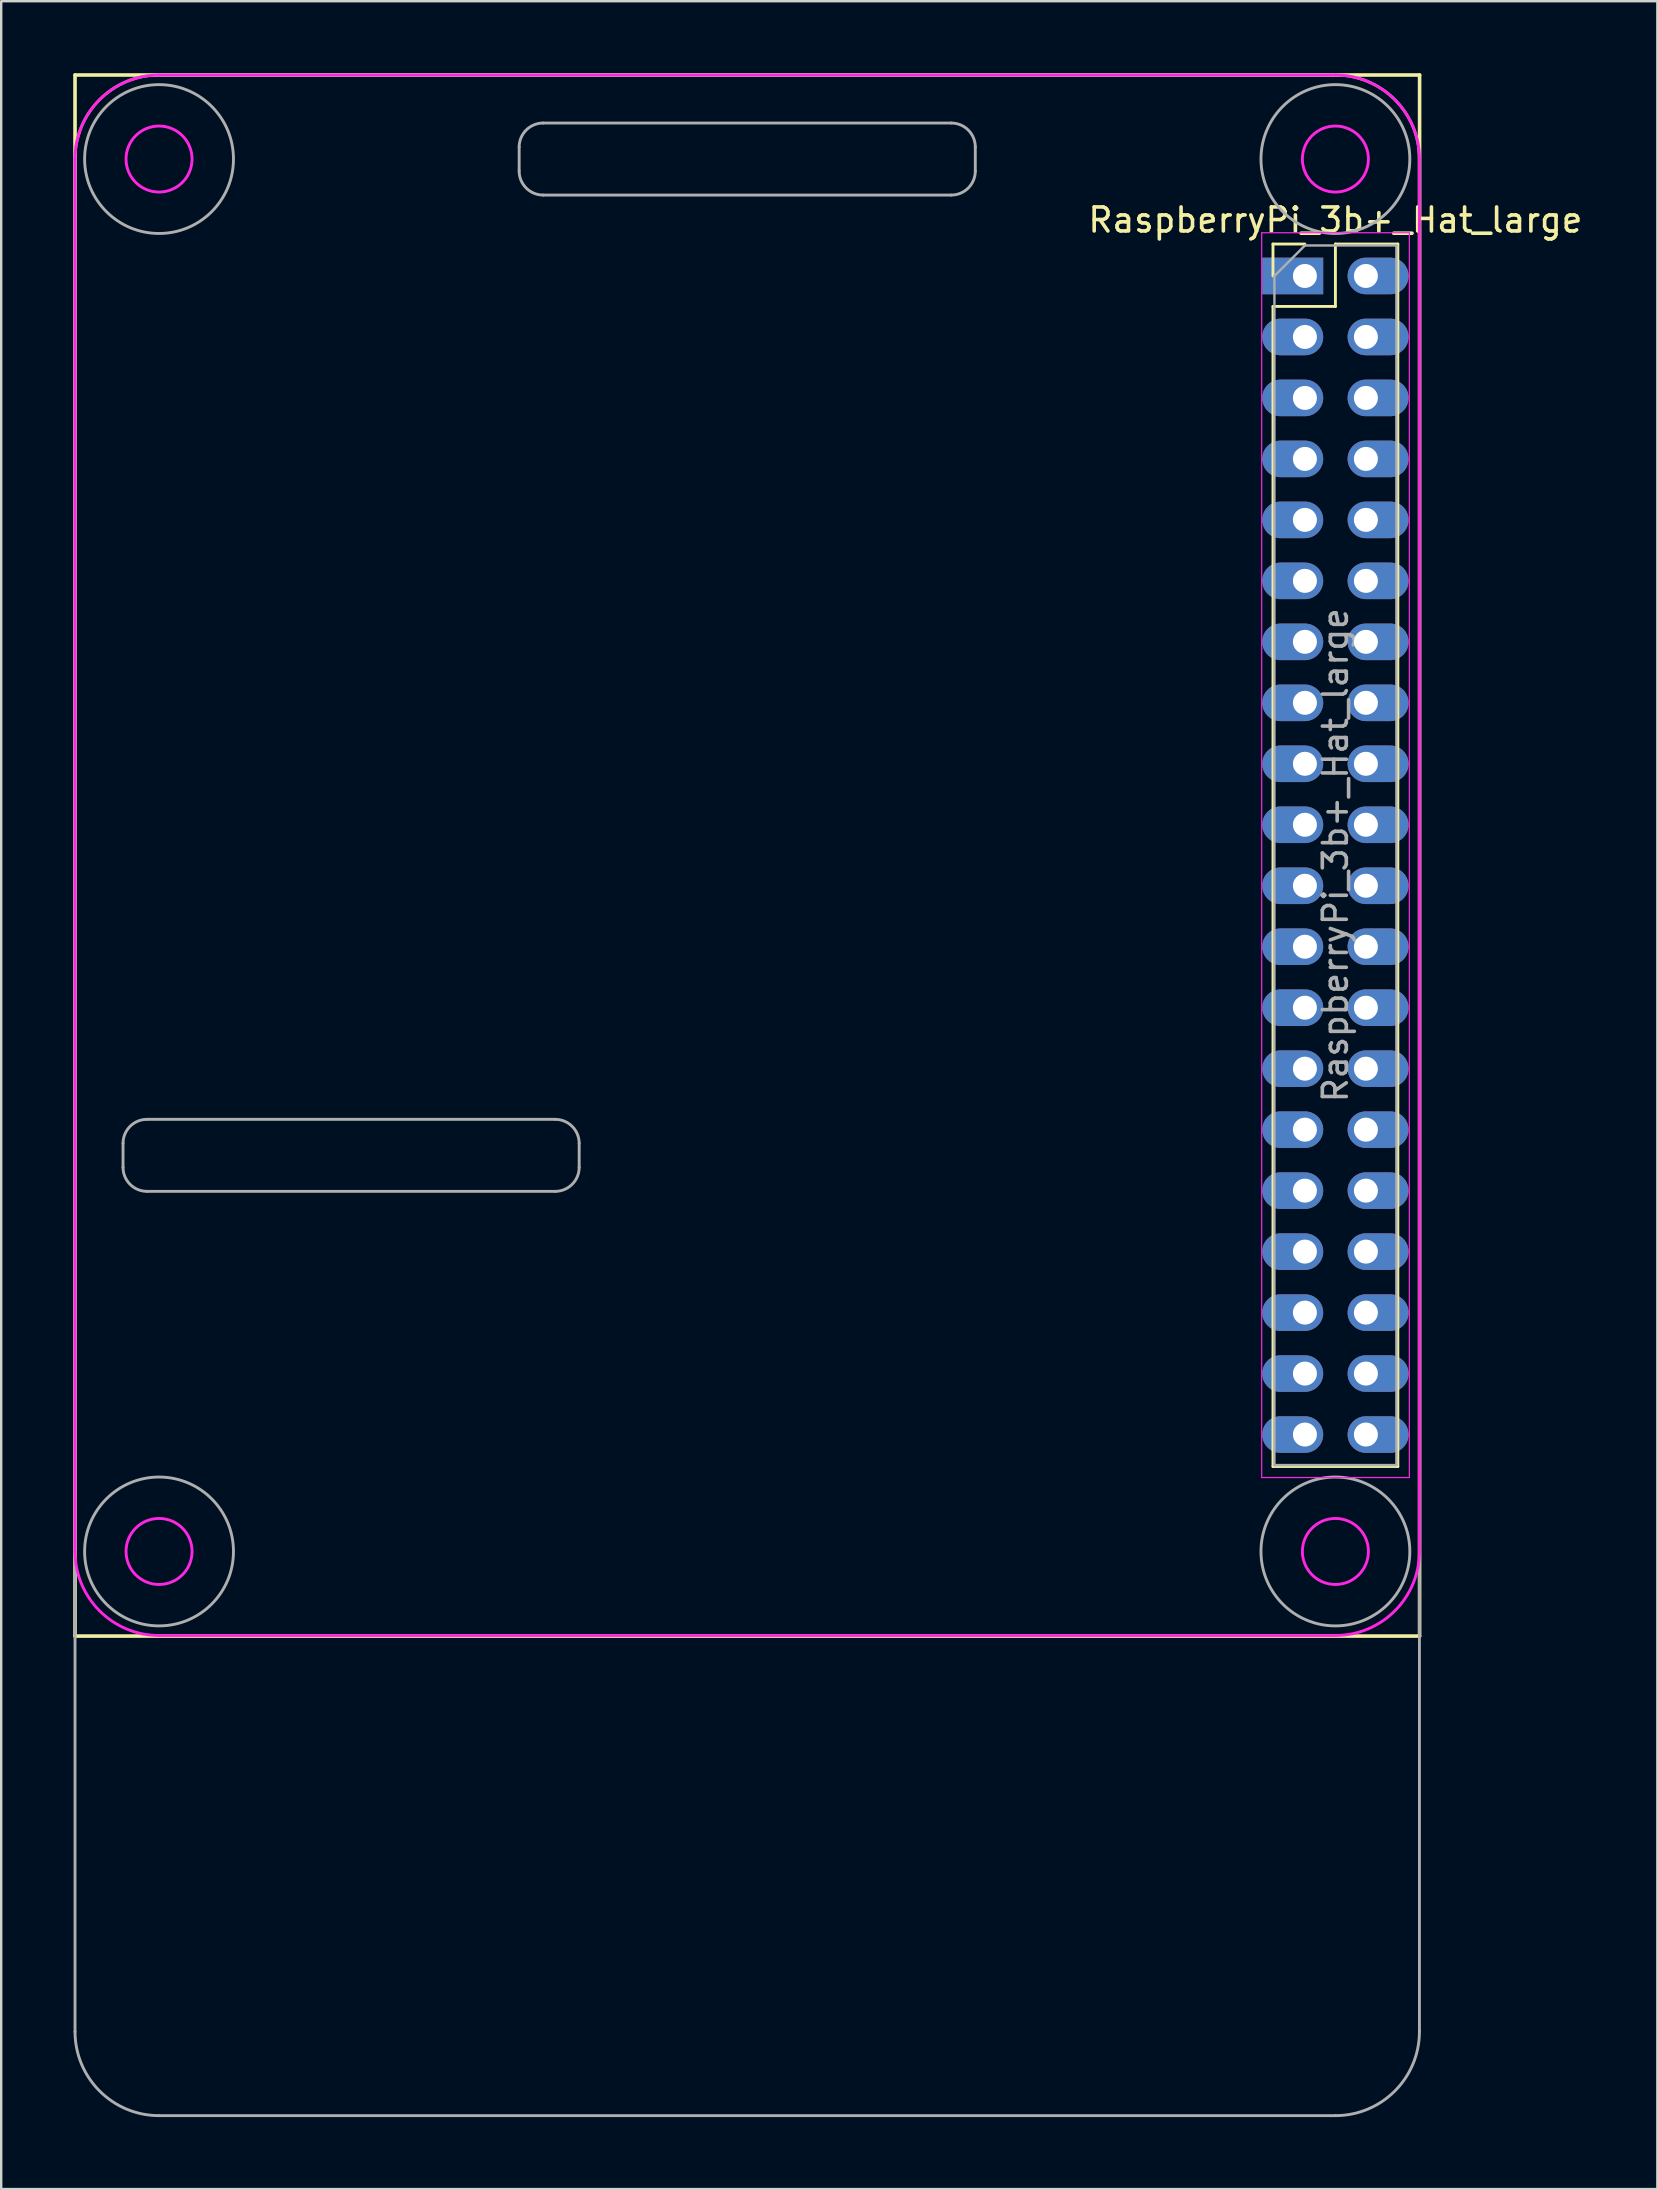
<source format=kicad_pcb>
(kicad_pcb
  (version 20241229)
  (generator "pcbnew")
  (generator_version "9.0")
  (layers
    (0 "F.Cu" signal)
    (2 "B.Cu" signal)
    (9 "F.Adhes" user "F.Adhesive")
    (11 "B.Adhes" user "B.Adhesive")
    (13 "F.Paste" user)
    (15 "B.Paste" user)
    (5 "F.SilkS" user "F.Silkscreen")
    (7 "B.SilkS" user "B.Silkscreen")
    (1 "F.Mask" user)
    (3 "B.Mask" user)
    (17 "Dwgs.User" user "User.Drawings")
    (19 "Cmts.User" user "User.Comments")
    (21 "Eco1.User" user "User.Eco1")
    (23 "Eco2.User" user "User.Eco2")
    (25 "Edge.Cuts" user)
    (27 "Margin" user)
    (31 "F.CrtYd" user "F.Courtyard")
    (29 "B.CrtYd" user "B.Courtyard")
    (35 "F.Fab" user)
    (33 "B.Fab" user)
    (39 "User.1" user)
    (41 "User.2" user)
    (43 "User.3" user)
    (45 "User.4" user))
  (footprint "RaspberryPi_3b+_Hat_large"
    (layer "F.Cu")
    (at 51.383 8.457)
    (property "Reference" "RaspberryPi_3b+_Hat_large" (at 1.192 -2.342 0) (layer "F.SilkS") (effects (font (size 1 1) (thickness 0.15))))
    (attr through_hole)
    (fp_line (start -51.308 -8.382) (end 4.699 -8.382) (stroke (width 0.15) (type solid)) (layer "F.SilkS"))
    (fp_line (start -51.308 56.642) (end -51.308 -8.382) (stroke (width 0.15) (type solid)) (layer "F.SilkS"))
    (fp_line (start -1.408 -1.342) (end -0.078 -1.342) (stroke (width 0.12) (type solid)) (layer "F.SilkS"))
    (fp_line (start -1.408 -0.012) (end -1.408 -1.342) (stroke (width 0.12) (type solid)) (layer "F.SilkS"))
    (fp_line (start -1.408 1.258) (end -1.408 49.578) (stroke (width 0.12) (type solid)) (layer "F.SilkS"))
    (fp_line (start -1.408 1.258) (end 1.192 1.258) (stroke (width 0.12) (type solid)) (layer "F.SilkS"))
    (fp_line (start -1.408 49.578) (end 3.792 49.578) (stroke (width 0.12) (type solid)) (layer "F.SilkS"))
    (fp_line (start 1.192 -1.342) (end 3.792 -1.342) (stroke (width 0.12) (type solid)) (layer "F.SilkS"))
    (fp_line (start 1.192 1.258) (end 1.192 -1.342) (stroke (width 0.12) (type solid)) (layer "F.SilkS"))
    (fp_line (start 3.792 -1.342) (end 3.792 49.578) (stroke (width 0.12) (type solid)) (layer "F.SilkS"))
    (fp_line (start 4.699 -8.382) (end 4.699 56.642) (stroke (width 0.15) (type solid)) (layer "F.SilkS"))
    (fp_line (start 4.699 56.642) (end -51.308 56.642) (stroke (width 0.15) (type solid)) (layer "F.SilkS"))
    (fp_line (start -51.308 -4.882) (end -51.308 53.118) (stroke (width 0.12) (type solid)) (layer "F.CrtYd"))
    (fp_line (start -47.808 56.618) (end 1.192 56.618) (stroke (width 0.12) (type solid)) (layer "F.CrtYd"))
    (fp_line (start -1.878 -1.812) (end -1.878 50.038) (stroke (width 0.05) (type solid)) (layer "F.CrtYd"))
    (fp_line (start -1.878 50.038) (end 4.272 50.038) (stroke (width 0.05) (type solid)) (layer "F.CrtYd"))
    (fp_line (start 1.192 -8.382) (end -47.808 -8.382) (stroke (width 0.12) (type solid)) (layer "F.CrtYd"))
    (fp_line (start 4.272 -1.812) (end -1.878 -1.812) (stroke (width 0.05) (type solid)) (layer "F.CrtYd"))
    (fp_line (start 4.272 50.038) (end 4.272 -1.812) (stroke (width 0.05) (type solid)) (layer "F.CrtYd"))
    (fp_line (start 4.692 53.118) (end 4.692 -4.882) (stroke (width 0.12) (type solid)) (layer "F.CrtYd"))
    (fp_arc (start -51.308 -4.882) (mid -50.282874 -7.356874) (end -47.808 -8.382) (stroke (width 0.12) (type solid)) (layer "F.CrtYd"))
    (fp_arc (start -47.808 56.618) (mid -50.282874 55.592874) (end -51.308 53.118) (stroke (width 0.12) (type solid)) (layer "F.CrtYd"))
    (fp_arc (start 1.192 -8.382) (mid 3.666874 -7.356874) (end 4.692 -4.882) (stroke (width 0.12) (type solid)) (layer "F.CrtYd"))
    (fp_arc (start 4.692 53.118) (mid 3.666874 55.592874) (end 1.192 56.618) (stroke (width 0.12) (type solid)) (layer "F.CrtYd"))
    (fp_circle (center -47.808 -4.882) (end -46.433 -4.907) (stroke (width 0.12) (type solid)) (fill no) (layer "F.CrtYd"))
    (fp_circle (center -47.808 53.118) (end -46.433 53.093) (stroke (width 0.12) (type solid)) (fill no) (layer "F.CrtYd"))
    (fp_circle (center 1.192 -4.882) (end 2.567 -4.907) (stroke (width 0.12) (type solid)) (fill no) (layer "F.CrtYd"))
    (fp_circle (center 1.192 53.118) (end 2.567 53.093) (stroke (width 0.12) (type solid)) (fill no) (layer "F.CrtYd"))
    (fp_line (start -51.308 73.118) (end -51.308 -4.882) (stroke (width 0.12) (type solid)) (layer "F.Fab"))
    (fp_line (start -49.308 36.118) (end -49.308 37.118) (stroke (width 0.12) (type solid)) (layer "F.Fab"))
    (fp_line (start -48.308 38.118) (end -31.308 38.118) (stroke (width 0.12) (type solid)) (layer "F.Fab"))
    (fp_line (start -32.808 -5.382) (end -32.808 -4.382) (stroke (width 0.12) (type solid)) (layer "F.Fab"))
    (fp_line (start -31.808 -3.382) (end -14.808 -3.382) (stroke (width 0.12) (type solid)) (layer "F.Fab"))
    (fp_line (start -31.308 35.118) (end -48.308 35.118) (stroke (width 0.12) (type solid)) (layer "F.Fab"))
    (fp_line (start -30.308 37.118) (end -30.308 36.118) (stroke (width 0.12) (type solid)) (layer "F.Fab"))
    (fp_line (start -14.808 -6.382) (end -31.808 -6.382) (stroke (width 0.12) (type solid)) (layer "F.Fab"))
    (fp_line (start -13.808 -4.382) (end -13.808 -5.382) (stroke (width 0.12) (type solid)) (layer "F.Fab"))
    (fp_line (start -1.348 -0.012) (end -0.078 -1.282) (stroke (width 0.1) (type solid)) (layer "F.Fab"))
    (fp_line (start -1.348 49.518) (end -1.348 -0.012) (stroke (width 0.1) (type solid)) (layer "F.Fab"))
    (fp_line (start -0.078 -1.282) (end 3.732 -1.282) (stroke (width 0.1) (type solid)) (layer "F.Fab"))
    (fp_line (start 1.192 -8.382) (end -47.808 -8.382) (stroke (width 0.12) (type solid)) (layer "F.Fab"))
    (fp_line (start 1.192 76.618) (end -47.808 76.618) (stroke (width 0.12) (type solid)) (layer "F.Fab"))
    (fp_line (start 3.732 -1.282) (end 3.732 49.518) (stroke (width 0.1) (type solid)) (layer "F.Fab"))
    (fp_line (start 3.732 49.518) (end -1.348 49.518) (stroke (width 0.1) (type solid)) (layer "F.Fab"))
    (fp_line (start 4.692 -4.882) (end 4.692 73.118) (stroke (width 0.12) (type solid)) (layer "F.Fab"))
    (fp_arc (start -51.308 -4.882) (mid -50.282874 -7.356874) (end -47.808 -8.382) (stroke (width 0.12) (type solid)) (layer "F.Fab"))
    (fp_arc (start -49.308 36.118) (mid -49.015107 35.410893) (end -48.308 35.118) (stroke (width 0.12) (type solid)) (layer "F.Fab"))
    (fp_arc (start -48.308 38.118) (mid -49.015107 37.825107) (end -49.308 37.118) (stroke (width 0.12) (type solid)) (layer "F.Fab"))
    (fp_arc (start -47.808 76.618) (mid -50.282874 75.592874) (end -51.308 73.118) (stroke (width 0.12) (type solid)) (layer "F.Fab"))
    (fp_arc (start -32.808 -5.382) (mid -32.515107 -6.089107) (end -31.808 -6.382) (stroke (width 0.12) (type solid)) (layer "F.Fab"))
    (fp_arc (start -31.808 -3.382) (mid -32.515107 -3.674893) (end -32.808 -4.382) (stroke (width 0.12) (type solid)) (layer "F.Fab"))
    (fp_arc (start -31.308 35.118) (mid -30.600893 35.410893) (end -30.308 36.118) (stroke (width 0.12) (type solid)) (layer "F.Fab"))
    (fp_arc (start -30.308 37.118) (mid -30.600893 37.825107) (end -31.308 38.118) (stroke (width 0.12) (type solid)) (layer "F.Fab"))
    (fp_arc (start -14.808 -6.382) (mid -14.100893 -6.089107) (end -13.808 -5.382) (stroke (width 0.12) (type solid)) (layer "F.Fab"))
    (fp_arc (start -13.808 -4.382) (mid -14.100893 -3.674893) (end -14.808 -3.382) (stroke (width 0.12) (type solid)) (layer "F.Fab"))
    (fp_arc (start 1.192 -8.382) (mid 3.666874 -7.356874) (end 4.692 -4.882) (stroke (width 0.12) (type solid)) (layer "F.Fab"))
    (fp_arc (start 4.692 73.118) (mid 3.666874 75.592874) (end 1.192 76.618) (stroke (width 0.12) (type solid)) (layer "F.Fab"))
    (fp_circle (center -47.808 -4.882) (end -44.708 -4.882) (stroke (width 0.12) (type solid)) (fill no) (layer "F.Fab"))
    (fp_circle (center -47.808 53.118) (end -44.708 53.118) (stroke (width 0.12) (type solid)) (fill no) (layer "F.Fab"))
    (fp_circle (center 1.192 -4.882) (end 4.292 -4.882) (stroke (width 0.12) (type solid)) (fill no) (layer "F.Fab"))
    (fp_circle (center 1.192 53.118) (end 4.292 53.118) (stroke (width 0.12) (type solid)) (fill no) (layer "F.Fab"))
    (fp_text user "${REFERENCE}" (at 1.192 24.118 90) (layer "F.Fab") (effects (font (size 1 1) (thickness 0.15))))
    (pad "1" thru_hole rect (at -0.078 -0.012) (size 2.54 1.524) (drill 1 (offset -0.508 0)) (layers "*.Cu" "*.Mask"))
    (pad "2" thru_hole oval (at 2.462 -0.012) (size 2.54 1.524) (drill 1 (offset 0.508 0)) (layers "*.Cu" "*.Mask"))
    (pad "3" thru_hole oval (at -0.078 2.528) (size 2.54 1.524) (drill 1 (offset -0.508 0)) (layers "*.Cu" "*.Mask"))
    (pad "4" thru_hole oval (at 2.462 2.528) (size 2.54 1.524) (drill 1 (offset 0.508 0)) (layers "*.Cu" "*.Mask"))
    (pad "5" thru_hole oval (at -0.078 5.068) (size 2.54 1.524) (drill 1 (offset -0.508 0)) (layers "*.Cu" "*.Mask"))
    (pad "6" thru_hole oval (at 2.462 5.068) (size 2.54 1.524) (drill 1 (offset 0.508 0)) (layers "*.Cu" "*.Mask"))
    (pad "7" thru_hole oval (at -0.078 7.608) (size 2.54 1.524) (drill 1 (offset -0.508 0)) (layers "*.Cu" "*.Mask"))
    (pad "8" thru_hole oval (at 2.462 7.608) (size 2.54 1.524) (drill 1 (offset 0.508 0)) (layers "*.Cu" "*.Mask"))
    (pad "9" thru_hole oval (at -0.078 10.148) (size 2.54 1.524) (drill 1 (offset -0.508 0)) (layers "*.Cu" "*.Mask"))
    (pad "10" thru_hole oval (at 2.462 10.148) (size 2.54 1.524) (drill 1 (offset 0.508 0)) (layers "*.Cu" "*.Mask"))
    (pad "11" thru_hole oval (at -0.078 12.688) (size 2.54 1.524) (drill 1 (offset -0.508 0)) (layers "*.Cu" "*.Mask"))
    (pad "12" thru_hole oval (at 2.462 12.688) (size 2.54 1.524) (drill 1 (offset 0.508 0)) (layers "*.Cu" "*.Mask"))
    (pad "13" thru_hole oval (at -0.078 15.228) (size 2.54 1.524) (drill 1 (offset -0.508 0)) (layers "*.Cu" "*.Mask"))
    (pad "14" thru_hole oval (at 2.462 15.228) (size 2.54 1.524) (drill 1 (offset 0.508 0)) (layers "*.Cu" "*.Mask"))
    (pad "15" thru_hole oval (at -0.078 17.768) (size 2.54 1.524) (drill 1 (offset -0.508 0)) (layers "*.Cu" "*.Mask"))
    (pad "16" thru_hole oval (at 2.462 17.768) (size 2.54 1.524) (drill 1 (offset 0.508 0)) (layers "*.Cu" "*.Mask"))
    (pad "17" thru_hole oval (at -0.078 20.308) (size 2.54 1.524) (drill 1 (offset -0.508 0)) (layers "*.Cu" "*.Mask"))
    (pad "18" thru_hole oval (at 2.462 20.308) (size 2.54 1.524) (drill 1 (offset 0.508 0)) (layers "*.Cu" "*.Mask"))
    (pad "19" thru_hole oval (at -0.078 22.848) (size 2.54 1.524) (drill 1 (offset -0.508 0)) (layers "*.Cu" "*.Mask"))
    (pad "20" thru_hole oval (at 2.462 22.848) (size 2.54 1.524) (drill 1 (offset 0.508 0)) (layers "*.Cu" "*.Mask"))
    (pad "21" thru_hole oval (at -0.078 25.388) (size 2.54 1.524) (drill 1 (offset -0.508 0)) (layers "*.Cu" "*.Mask"))
    (pad "22" thru_hole oval (at 2.462 25.388) (size 2.54 1.524) (drill 1 (offset 0.508 0)) (layers "*.Cu" "*.Mask"))
    (pad "23" thru_hole oval (at -0.078 27.928) (size 2.54 1.524) (drill 1 (offset -0.508 0)) (layers "*.Cu" "*.Mask"))
    (pad "24" thru_hole oval (at 2.462 27.928) (size 2.54 1.524) (drill 1 (offset 0.508 0)) (layers "*.Cu" "*.Mask"))
    (pad "25" thru_hole oval (at -0.078 30.468) (size 2.54 1.524) (drill 1 (offset -0.508 0)) (layers "*.Cu" "*.Mask"))
    (pad "26" thru_hole oval (at 2.462 30.468) (size 2.54 1.524) (drill 1 (offset 0.508 0)) (layers "*.Cu" "*.Mask"))
    (pad "27" thru_hole oval (at -0.078 33.008) (size 2.54 1.524) (drill 1 (offset -0.508 0)) (layers "*.Cu" "*.Mask"))
    (pad "28" thru_hole oval (at 2.462 33.008) (size 2.54 1.524) (drill 1 (offset 0.508 0)) (layers "*.Cu" "*.Mask"))
    (pad "29" thru_hole oval (at -0.078 35.548) (size 2.54 1.524) (drill 1 (offset -0.508 0)) (layers "*.Cu" "*.Mask"))
    (pad "30" thru_hole oval (at 2.462 35.548) (size 2.54 1.524) (drill 1 (offset 0.508 0)) (layers "*.Cu" "*.Mask"))
    (pad "31" thru_hole oval (at -0.078 38.088) (size 2.54 1.524) (drill 1 (offset -0.508 0)) (layers "*.Cu" "*.Mask"))
    (pad "32" thru_hole oval (at 2.462 38.088) (size 2.54 1.524) (drill 1 (offset 0.508 0)) (layers "*.Cu" "*.Mask"))
    (pad "33" thru_hole oval (at -0.078 40.628) (size 2.54 1.524) (drill 1 (offset -0.508 0)) (layers "*.Cu" "*.Mask"))
    (pad "34" thru_hole oval (at 2.462 40.628) (size 2.54 1.524) (drill 1 (offset 0.508 0)) (layers "*.Cu" "*.Mask"))
    (pad "35" thru_hole oval (at -0.078 43.168) (size 2.54 1.524) (drill 1 (offset -0.508 0)) (layers "*.Cu" "*.Mask"))
    (pad "36" thru_hole oval (at 2.462 43.168) (size 2.54 1.524) (drill 1 (offset 0.508 0)) (layers "*.Cu" "*.Mask"))
    (pad "37" thru_hole oval (at -0.078 45.708) (size 2.54 1.524) (drill 1 (offset -0.508 0)) (layers "*.Cu" "*.Mask"))
    (pad "38" thru_hole oval (at 2.462 45.708) (size 2.54 1.524) (drill 1 (offset 0.508 0)) (layers "*.Cu" "*.Mask"))
    (pad "39" thru_hole oval (at -0.078 48.248) (size 2.54 1.524) (drill 1 (offset -0.508 0)) (layers "*.Cu" "*.Mask"))
    (pad "40" thru_hole oval (at 2.462 48.248) (size 2.54 1.524) (drill 1 (offset 0.508 0)) (layers "*.Cu" "*.Mask")))
  (gr_rect
    (start -3 -3)
    (end 65.986 88.135)
    (stroke (width 0.1) (type default))
    (fill no)
    (layer "Edge.Cuts")))
</source>
